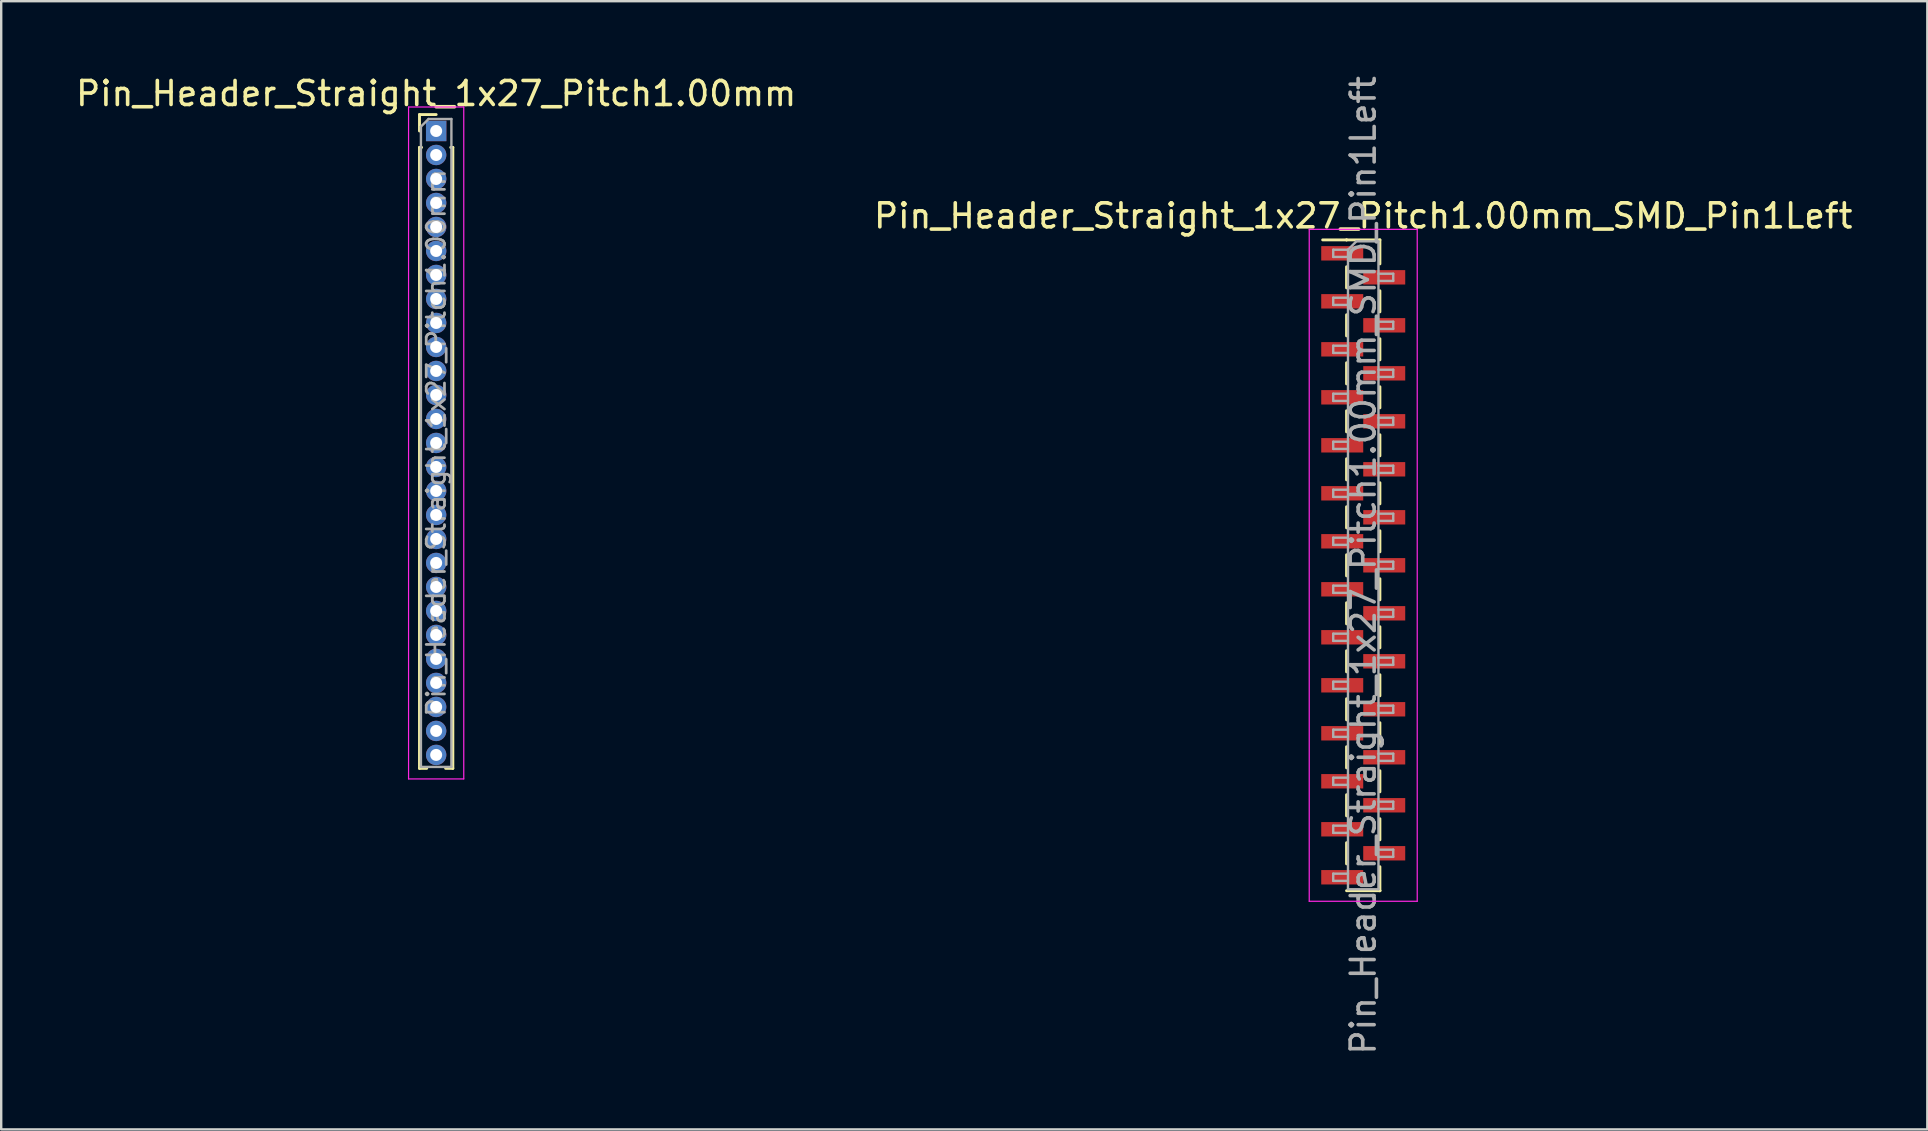
<source format=kicad_pcb>
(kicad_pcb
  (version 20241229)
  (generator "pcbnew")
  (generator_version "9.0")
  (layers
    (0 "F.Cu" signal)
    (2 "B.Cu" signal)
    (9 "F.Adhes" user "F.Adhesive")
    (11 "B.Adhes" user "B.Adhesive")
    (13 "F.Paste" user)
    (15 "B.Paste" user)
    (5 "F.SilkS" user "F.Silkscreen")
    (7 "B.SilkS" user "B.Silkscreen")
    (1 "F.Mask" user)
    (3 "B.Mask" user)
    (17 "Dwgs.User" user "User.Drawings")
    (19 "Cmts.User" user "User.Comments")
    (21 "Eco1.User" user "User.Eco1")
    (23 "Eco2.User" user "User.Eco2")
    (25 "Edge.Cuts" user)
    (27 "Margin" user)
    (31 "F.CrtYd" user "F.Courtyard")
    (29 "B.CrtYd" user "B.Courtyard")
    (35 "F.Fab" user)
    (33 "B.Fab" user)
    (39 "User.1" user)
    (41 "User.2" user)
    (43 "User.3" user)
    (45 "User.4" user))
  (footprint "Pin_Header_Straight_1x27_Pitch1.00mm_SMD_Pin1Left"
    (layer "F.Cu")
    (at 53.756 20.506)
    (property "Reference" "Pin_Header_Straight_1x27_Pitch1.00mm_SMD_Pin1Left" (at 0 -14.56 0) (layer "F.SilkS") (effects (font (size 1 1) (thickness 0.15))))
    (attr smd)
    (fp_line (start -0.695 -13.56) (end -1.69 -13.56) (stroke (width 0.12) (type solid)) (layer "F.SilkS"))
    (fp_line (start -0.695 -13.56) (end -0.695 -13.56) (stroke (width 0.12) (type solid)) (layer "F.SilkS"))
    (fp_line (start -0.695 -13.56) (end 0.695 -13.56) (stroke (width 0.12) (type solid)) (layer "F.SilkS"))
    (fp_line (start -0.695 -12.44) (end -0.695 -11.56) (stroke (width 0.12) (type solid)) (layer "F.SilkS"))
    (fp_line (start -0.695 -10.44) (end -0.695 -9.56) (stroke (width 0.12) (type solid)) (layer "F.SilkS"))
    (fp_line (start -0.695 -8.44) (end -0.695 -7.56) (stroke (width 0.12) (type solid)) (layer "F.SilkS"))
    (fp_line (start -0.695 -6.44) (end -0.695 -5.56) (stroke (width 0.12) (type solid)) (layer "F.SilkS"))
    (fp_line (start -0.695 -4.44) (end -0.695 -3.56) (stroke (width 0.12) (type solid)) (layer "F.SilkS"))
    (fp_line (start -0.695 -2.44) (end -0.695 -1.56) (stroke (width 0.12) (type solid)) (layer "F.SilkS"))
    (fp_line (start -0.695 -0.44) (end -0.695 0.44) (stroke (width 0.12) (type solid)) (layer "F.SilkS"))
    (fp_line (start -0.695 1.56) (end -0.695 2.44) (stroke (width 0.12) (type solid)) (layer "F.SilkS"))
    (fp_line (start -0.695 3.56) (end -0.695 4.44) (stroke (width 0.12) (type solid)) (layer "F.SilkS"))
    (fp_line (start -0.695 5.56) (end -0.695 6.44) (stroke (width 0.12) (type solid)) (layer "F.SilkS"))
    (fp_line (start -0.695 7.56) (end -0.695 8.44) (stroke (width 0.12) (type solid)) (layer "F.SilkS"))
    (fp_line (start -0.695 9.56) (end -0.695 10.44) (stroke (width 0.12) (type solid)) (layer "F.SilkS"))
    (fp_line (start -0.695 11.56) (end -0.695 12.44) (stroke (width 0.12) (type solid)) (layer "F.SilkS"))
    (fp_line (start -0.695 13.56) (end 0.695 13.56) (stroke (width 0.12) (type solid)) (layer "F.SilkS"))
    (fp_line (start 0.695 -13.56) (end 0.695 -12.56) (stroke (width 0.12) (type solid)) (layer "F.SilkS"))
    (fp_line (start 0.695 -11.44) (end 0.695 -10.56) (stroke (width 0.12) (type solid)) (layer "F.SilkS"))
    (fp_line (start 0.695 -9.44) (end 0.695 -8.56) (stroke (width 0.12) (type solid)) (layer "F.SilkS"))
    (fp_line (start 0.695 -7.44) (end 0.695 -6.56) (stroke (width 0.12) (type solid)) (layer "F.SilkS"))
    (fp_line (start 0.695 -5.44) (end 0.695 -4.56) (stroke (width 0.12) (type solid)) (layer "F.SilkS"))
    (fp_line (start 0.695 -3.44) (end 0.695 -2.56) (stroke (width 0.12) (type solid)) (layer "F.SilkS"))
    (fp_line (start 0.695 -1.44) (end 0.695 -0.56) (stroke (width 0.12) (type solid)) (layer "F.SilkS"))
    (fp_line (start 0.695 0.56) (end 0.695 1.44) (stroke (width 0.12) (type solid)) (layer "F.SilkS"))
    (fp_line (start 0.695 2.56) (end 0.695 3.44) (stroke (width 0.12) (type solid)) (layer "F.SilkS"))
    (fp_line (start 0.695 4.56) (end 0.695 5.44) (stroke (width 0.12) (type solid)) (layer "F.SilkS"))
    (fp_line (start 0.695 6.56) (end 0.695 7.44) (stroke (width 0.12) (type solid)) (layer "F.SilkS"))
    (fp_line (start 0.695 8.56) (end 0.695 9.44) (stroke (width 0.12) (type solid)) (layer "F.SilkS"))
    (fp_line (start 0.695 10.56) (end 0.695 11.44) (stroke (width 0.12) (type solid)) (layer "F.SilkS"))
    (fp_line (start 0.695 12.56) (end 0.695 13.56) (stroke (width 0.12) (type solid)) (layer "F.SilkS"))
    (fp_line (start 0.695 13.56) (end 0.695 13.56) (stroke (width 0.12) (type solid)) (layer "F.SilkS"))
    (fp_line (start -2.25 -14) (end -2.25 14) (stroke (width 0.05) (type solid)) (layer "F.CrtYd"))
    (fp_line (start -2.25 14) (end 2.25 14) (stroke (width 0.05) (type solid)) (layer "F.CrtYd"))
    (fp_line (start 2.25 -14) (end -2.25 -14) (stroke (width 0.05) (type solid)) (layer "F.CrtYd"))
    (fp_line (start 2.25 14) (end 2.25 -14) (stroke (width 0.05) (type solid)) (layer "F.CrtYd"))
    (fp_line (start -1.25 -13.15) (end -1.25 -12.85) (stroke (width 0.1) (type solid)) (layer "F.Fab"))
    (fp_line (start -1.25 -12.85) (end -0.635 -12.85) (stroke (width 0.1) (type solid)) (layer "F.Fab"))
    (fp_line (start -1.25 -11.15) (end -1.25 -10.85) (stroke (width 0.1) (type solid)) (layer "F.Fab"))
    (fp_line (start -1.25 -10.85) (end -0.635 -10.85) (stroke (width 0.1) (type solid)) (layer "F.Fab"))
    (fp_line (start -1.25 -9.15) (end -1.25 -8.85) (stroke (width 0.1) (type solid)) (layer "F.Fab"))
    (fp_line (start -1.25 -8.85) (end -0.635 -8.85) (stroke (width 0.1) (type solid)) (layer "F.Fab"))
    (fp_line (start -1.25 -7.15) (end -1.25 -6.85) (stroke (width 0.1) (type solid)) (layer "F.Fab"))
    (fp_line (start -1.25 -6.85) (end -0.635 -6.85) (stroke (width 0.1) (type solid)) (layer "F.Fab"))
    (fp_line (start -1.25 -5.15) (end -1.25 -4.85) (stroke (width 0.1) (type solid)) (layer "F.Fab"))
    (fp_line (start -1.25 -4.85) (end -0.635 -4.85) (stroke (width 0.1) (type solid)) (layer "F.Fab"))
    (fp_line (start -1.25 -3.15) (end -1.25 -2.85) (stroke (width 0.1) (type solid)) (layer "F.Fab"))
    (fp_line (start -1.25 -2.85) (end -0.635 -2.85) (stroke (width 0.1) (type solid)) (layer "F.Fab"))
    (fp_line (start -1.25 -1.15) (end -1.25 -0.85) (stroke (width 0.1) (type solid)) (layer "F.Fab"))
    (fp_line (start -1.25 -0.85) (end -0.635 -0.85) (stroke (width 0.1) (type solid)) (layer "F.Fab"))
    (fp_line (start -1.25 0.85) (end -1.25 1.15) (stroke (width 0.1) (type solid)) (layer "F.Fab"))
    (fp_line (start -1.25 1.15) (end -0.635 1.15) (stroke (width 0.1) (type solid)) (layer "F.Fab"))
    (fp_line (start -1.25 2.85) (end -1.25 3.15) (stroke (width 0.1) (type solid)) (layer "F.Fab"))
    (fp_line (start -1.25 3.15) (end -0.635 3.15) (stroke (width 0.1) (type solid)) (layer "F.Fab"))
    (fp_line (start -1.25 4.85) (end -1.25 5.15) (stroke (width 0.1) (type solid)) (layer "F.Fab"))
    (fp_line (start -1.25 5.15) (end -0.635 5.15) (stroke (width 0.1) (type solid)) (layer "F.Fab"))
    (fp_line (start -1.25 6.85) (end -1.25 7.15) (stroke (width 0.1) (type solid)) (layer "F.Fab"))
    (fp_line (start -1.25 7.15) (end -0.635 7.15) (stroke (width 0.1) (type solid)) (layer "F.Fab"))
    (fp_line (start -1.25 8.85) (end -1.25 9.15) (stroke (width 0.1) (type solid)) (layer "F.Fab"))
    (fp_line (start -1.25 9.15) (end -0.635 9.15) (stroke (width 0.1) (type solid)) (layer "F.Fab"))
    (fp_line (start -1.25 10.85) (end -1.25 11.15) (stroke (width 0.1) (type solid)) (layer "F.Fab"))
    (fp_line (start -1.25 11.15) (end -0.635 11.15) (stroke (width 0.1) (type solid)) (layer "F.Fab"))
    (fp_line (start -1.25 12.85) (end -1.25 13.15) (stroke (width 0.1) (type solid)) (layer "F.Fab"))
    (fp_line (start -1.25 13.15) (end -0.635 13.15) (stroke (width 0.1) (type solid)) (layer "F.Fab"))
    (fp_line (start -0.635 -13.15) (end -1.25 -13.15) (stroke (width 0.1) (type solid)) (layer "F.Fab"))
    (fp_line (start -0.635 -13.15) (end -0.285 -13.5) (stroke (width 0.1) (type solid)) (layer "F.Fab"))
    (fp_line (start -0.635 -11.15) (end -1.25 -11.15) (stroke (width 0.1) (type solid)) (layer "F.Fab"))
    (fp_line (start -0.635 -9.15) (end -1.25 -9.15) (stroke (width 0.1) (type solid)) (layer "F.Fab"))
    (fp_line (start -0.635 -7.15) (end -1.25 -7.15) (stroke (width 0.1) (type solid)) (layer "F.Fab"))
    (fp_line (start -0.635 -5.15) (end -1.25 -5.15) (stroke (width 0.1) (type solid)) (layer "F.Fab"))
    (fp_line (start -0.635 -3.15) (end -1.25 -3.15) (stroke (width 0.1) (type solid)) (layer "F.Fab"))
    (fp_line (start -0.635 -1.15) (end -1.25 -1.15) (stroke (width 0.1) (type solid)) (layer "F.Fab"))
    (fp_line (start -0.635 0.85) (end -1.25 0.85) (stroke (width 0.1) (type solid)) (layer "F.Fab"))
    (fp_line (start -0.635 2.85) (end -1.25 2.85) (stroke (width 0.1) (type solid)) (layer "F.Fab"))
    (fp_line (start -0.635 4.85) (end -1.25 4.85) (stroke (width 0.1) (type solid)) (layer "F.Fab"))
    (fp_line (start -0.635 6.85) (end -1.25 6.85) (stroke (width 0.1) (type solid)) (layer "F.Fab"))
    (fp_line (start -0.635 8.85) (end -1.25 8.85) (stroke (width 0.1) (type solid)) (layer "F.Fab"))
    (fp_line (start -0.635 10.85) (end -1.25 10.85) (stroke (width 0.1) (type solid)) (layer "F.Fab"))
    (fp_line (start -0.635 12.85) (end -1.25 12.85) (stroke (width 0.1) (type solid)) (layer "F.Fab"))
    (fp_line (start -0.635 13.5) (end -0.635 -13.15) (stroke (width 0.1) (type solid)) (layer "F.Fab"))
    (fp_line (start -0.285 -13.5) (end 0.635 -13.5) (stroke (width 0.1) (type solid)) (layer "F.Fab"))
    (fp_line (start 0.635 -13.5) (end 0.635 13.5) (stroke (width 0.1) (type solid)) (layer "F.Fab"))
    (fp_line (start 0.635 -12.15) (end 1.25 -12.15) (stroke (width 0.1) (type solid)) (layer "F.Fab"))
    (fp_line (start 0.635 -10.15) (end 1.25 -10.15) (stroke (width 0.1) (type solid)) (layer "F.Fab"))
    (fp_line (start 0.635 -8.15) (end 1.25 -8.15) (stroke (width 0.1) (type solid)) (layer "F.Fab"))
    (fp_line (start 0.635 -6.15) (end 1.25 -6.15) (stroke (width 0.1) (type solid)) (layer "F.Fab"))
    (fp_line (start 0.635 -4.15) (end 1.25 -4.15) (stroke (width 0.1) (type solid)) (layer "F.Fab"))
    (fp_line (start 0.635 -2.15) (end 1.25 -2.15) (stroke (width 0.1) (type solid)) (layer "F.Fab"))
    (fp_line (start 0.635 -0.15) (end 1.25 -0.15) (stroke (width 0.1) (type solid)) (layer "F.Fab"))
    (fp_line (start 0.635 1.85) (end 1.25 1.85) (stroke (width 0.1) (type solid)) (layer "F.Fab"))
    (fp_line (start 0.635 3.85) (end 1.25 3.85) (stroke (width 0.1) (type solid)) (layer "F.Fab"))
    (fp_line (start 0.635 5.85) (end 1.25 5.85) (stroke (width 0.1) (type solid)) (layer "F.Fab"))
    (fp_line (start 0.635 7.85) (end 1.25 7.85) (stroke (width 0.1) (type solid)) (layer "F.Fab"))
    (fp_line (start 0.635 9.85) (end 1.25 9.85) (stroke (width 0.1) (type solid)) (layer "F.Fab"))
    (fp_line (start 0.635 11.85) (end 1.25 11.85) (stroke (width 0.1) (type solid)) (layer "F.Fab"))
    (fp_line (start 0.635 13.5) (end -0.635 13.5) (stroke (width 0.1) (type solid)) (layer "F.Fab"))
    (fp_line (start 1.25 -12.15) (end 1.25 -11.85) (stroke (width 0.1) (type solid)) (layer "F.Fab"))
    (fp_line (start 1.25 -11.85) (end 0.635 -11.85) (stroke (width 0.1) (type solid)) (layer "F.Fab"))
    (fp_line (start 1.25 -10.15) (end 1.25 -9.85) (stroke (width 0.1) (type solid)) (layer "F.Fab"))
    (fp_line (start 1.25 -9.85) (end 0.635 -9.85) (stroke (width 0.1) (type solid)) (layer "F.Fab"))
    (fp_line (start 1.25 -8.15) (end 1.25 -7.85) (stroke (width 0.1) (type solid)) (layer "F.Fab"))
    (fp_line (start 1.25 -7.85) (end 0.635 -7.85) (stroke (width 0.1) (type solid)) (layer "F.Fab"))
    (fp_line (start 1.25 -6.15) (end 1.25 -5.85) (stroke (width 0.1) (type solid)) (layer "F.Fab"))
    (fp_line (start 1.25 -5.85) (end 0.635 -5.85) (stroke (width 0.1) (type solid)) (layer "F.Fab"))
    (fp_line (start 1.25 -4.15) (end 1.25 -3.85) (stroke (width 0.1) (type solid)) (layer "F.Fab"))
    (fp_line (start 1.25 -3.85) (end 0.635 -3.85) (stroke (width 0.1) (type solid)) (layer "F.Fab"))
    (fp_line (start 1.25 -2.15) (end 1.25 -1.85) (stroke (width 0.1) (type solid)) (layer "F.Fab"))
    (fp_line (start 1.25 -1.85) (end 0.635 -1.85) (stroke (width 0.1) (type solid)) (layer "F.Fab"))
    (fp_line (start 1.25 -0.15) (end 1.25 0.15) (stroke (width 0.1) (type solid)) (layer "F.Fab"))
    (fp_line (start 1.25 0.15) (end 0.635 0.15) (stroke (width 0.1) (type solid)) (layer "F.Fab"))
    (fp_line (start 1.25 1.85) (end 1.25 2.15) (stroke (width 0.1) (type solid)) (layer "F.Fab"))
    (fp_line (start 1.25 2.15) (end 0.635 2.15) (stroke (width 0.1) (type solid)) (layer "F.Fab"))
    (fp_line (start 1.25 3.85) (end 1.25 4.15) (stroke (width 0.1) (type solid)) (layer "F.Fab"))
    (fp_line (start 1.25 4.15) (end 0.635 4.15) (stroke (width 0.1) (type solid)) (layer "F.Fab"))
    (fp_line (start 1.25 5.85) (end 1.25 6.15) (stroke (width 0.1) (type solid)) (layer "F.Fab"))
    (fp_line (start 1.25 6.15) (end 0.635 6.15) (stroke (width 0.1) (type solid)) (layer "F.Fab"))
    (fp_line (start 1.25 7.85) (end 1.25 8.15) (stroke (width 0.1) (type solid)) (layer "F.Fab"))
    (fp_line (start 1.25 8.15) (end 0.635 8.15) (stroke (width 0.1) (type solid)) (layer "F.Fab"))
    (fp_line (start 1.25 9.85) (end 1.25 10.15) (stroke (width 0.1) (type solid)) (layer "F.Fab"))
    (fp_line (start 1.25 10.15) (end 0.635 10.15) (stroke (width 0.1) (type solid)) (layer "F.Fab"))
    (fp_line (start 1.25 11.85) (end 1.25 12.15) (stroke (width 0.1) (type solid)) (layer "F.Fab"))
    (fp_line (start 1.25 12.15) (end 0.635 12.15) (stroke (width 0.1) (type solid)) (layer "F.Fab"))
    (fp_text user "${REFERENCE}" (at 0 0 90) (layer "F.Fab") (effects (font (size 1 1) (thickness 0.15))))
    (pad "1" smd rect (at -0.875 -13) (size 1.75 0.6) (layers "F.Cu" "F.Mask" "F.Paste"))
    (pad "2" smd rect (at 0.875 -12) (size 1.75 0.6) (layers "F.Cu" "F.Mask" "F.Paste"))
    (pad "3" smd rect (at -0.875 -11) (size 1.75 0.6) (layers "F.Cu" "F.Mask" "F.Paste"))
    (pad "4" smd rect (at 0.875 -10) (size 1.75 0.6) (layers "F.Cu" "F.Mask" "F.Paste"))
    (pad "5" smd rect (at -0.875 -9) (size 1.75 0.6) (layers "F.Cu" "F.Mask" "F.Paste"))
    (pad "6" smd rect (at 0.875 -8) (size 1.75 0.6) (layers "F.Cu" "F.Mask" "F.Paste"))
    (pad "7" smd rect (at -0.875 -7) (size 1.75 0.6) (layers "F.Cu" "F.Mask" "F.Paste"))
    (pad "8" smd rect (at 0.875 -6) (size 1.75 0.6) (layers "F.Cu" "F.Mask" "F.Paste"))
    (pad "9" smd rect (at -0.875 -5) (size 1.75 0.6) (layers "F.Cu" "F.Mask" "F.Paste"))
    (pad "10" smd rect (at 0.875 -4) (size 1.75 0.6) (layers "F.Cu" "F.Mask" "F.Paste"))
    (pad "11" smd rect (at -0.875 -3) (size 1.75 0.6) (layers "F.Cu" "F.Mask" "F.Paste"))
    (pad "12" smd rect (at 0.875 -2) (size 1.75 0.6) (layers "F.Cu" "F.Mask" "F.Paste"))
    (pad "13" smd rect (at -0.875 -1) (size 1.75 0.6) (layers "F.Cu" "F.Mask" "F.Paste"))
    (pad "14" smd rect (at 0.875 0) (size 1.75 0.6) (layers "F.Cu" "F.Mask" "F.Paste"))
    (pad "15" smd rect (at -0.875 1) (size 1.75 0.6) (layers "F.Cu" "F.Mask" "F.Paste"))
    (pad "16" smd rect (at 0.875 2) (size 1.75 0.6) (layers "F.Cu" "F.Mask" "F.Paste"))
    (pad "17" smd rect (at -0.875 3) (size 1.75 0.6) (layers "F.Cu" "F.Mask" "F.Paste"))
    (pad "18" smd rect (at 0.875 4) (size 1.75 0.6) (layers "F.Cu" "F.Mask" "F.Paste"))
    (pad "19" smd rect (at -0.875 5) (size 1.75 0.6) (layers "F.Cu" "F.Mask" "F.Paste"))
    (pad "20" smd rect (at 0.875 6) (size 1.75 0.6) (layers "F.Cu" "F.Mask" "F.Paste"))
    (pad "21" smd rect (at -0.875 7) (size 1.75 0.6) (layers "F.Cu" "F.Mask" "F.Paste"))
    (pad "22" smd rect (at 0.875 8) (size 1.75 0.6) (layers "F.Cu" "F.Mask" "F.Paste"))
    (pad "23" smd rect (at -0.875 9) (size 1.75 0.6) (layers "F.Cu" "F.Mask" "F.Paste"))
    (pad "24" smd rect (at 0.875 10) (size 1.75 0.6) (layers "F.Cu" "F.Mask" "F.Paste"))
    (pad "25" smd rect (at -0.875 11) (size 1.75 0.6) (layers "F.Cu" "F.Mask" "F.Paste"))
    (pad "26" smd rect (at 0.875 12) (size 1.75 0.6) (layers "F.Cu" "F.Mask" "F.Paste"))
    (pad "27" smd rect (at -0.875 13) (size 1.75 0.6) (layers "F.Cu" "F.Mask" "F.Paste")))
  (footprint "Pin_Header_Straight_1x27_Pitch1.00mm"
    (layer "F.Cu")
    (at 15.125 2.408)
    (property "Reference" "Pin_Header_Straight_1x27_Pitch1.00mm" (at 0 -1.56 0) (layer "F.SilkS") (effects (font (size 1 1) (thickness 0.15))))
    (attr through_hole)
    (fp_line (start -0.695 -0.685) (end 0 -0.685) (stroke (width 0.12) (type solid)) (layer "F.SilkS"))
    (fp_line (start -0.695 0) (end -0.695 -0.685) (stroke (width 0.12) (type solid)) (layer "F.SilkS"))
    (fp_line (start -0.695 0.685) (end -0.695 26.56) (stroke (width 0.12) (type solid)) (layer "F.SilkS"))
    (fp_line (start -0.695 0.685) (end -0.608 0.685) (stroke (width 0.12) (type solid)) (layer "F.SilkS"))
    (fp_line (start -0.695 26.56) (end -0.394 26.56) (stroke (width 0.12) (type solid)) (layer "F.SilkS"))
    (fp_line (start 0.394 26.56) (end 0.695 26.56) (stroke (width 0.12) (type solid)) (layer "F.SilkS"))
    (fp_line (start 0.608 0.685) (end 0.695 0.685) (stroke (width 0.12) (type solid)) (layer "F.SilkS"))
    (fp_line (start 0.695 0.685) (end 0.695 26.56) (stroke (width 0.12) (type solid)) (layer "F.SilkS"))
    (fp_line (start -1.15 -1) (end -1.15 27) (stroke (width 0.05) (type solid)) (layer "F.CrtYd"))
    (fp_line (start -1.15 27) (end 1.15 27) (stroke (width 0.05) (type solid)) (layer "F.CrtYd"))
    (fp_line (start 1.15 -1) (end -1.15 -1) (stroke (width 0.05) (type solid)) (layer "F.CrtYd"))
    (fp_line (start 1.15 27) (end 1.15 -1) (stroke (width 0.05) (type solid)) (layer "F.CrtYd"))
    (fp_line (start -0.635 -0.182) (end -0.318 -0.5) (stroke (width 0.1) (type solid)) (layer "F.Fab"))
    (fp_line (start -0.635 26.5) (end -0.635 -0.182) (stroke (width 0.1) (type solid)) (layer "F.Fab"))
    (fp_line (start -0.318 -0.5) (end 0.635 -0.5) (stroke (width 0.1) (type solid)) (layer "F.Fab"))
    (fp_line (start 0.635 -0.5) (end 0.635 26.5) (stroke (width 0.1) (type solid)) (layer "F.Fab"))
    (fp_line (start 0.635 26.5) (end -0.635 26.5) (stroke (width 0.1) (type solid)) (layer "F.Fab"))
    (fp_text user "${REFERENCE}" (at 0 13 90) (layer "F.Fab") (effects (font (size 0.76 0.76) (thickness 0.114))))
    (pad "1" thru_hole rect (at 0 0) (size 0.85 0.85) (drill 0.5) (layers "*.Cu" "*.Mask"))
    (pad "2" thru_hole oval (at 0 1) (size 0.85 0.85) (drill 0.5) (layers "*.Cu" "*.Mask"))
    (pad "3" thru_hole oval (at 0 2) (size 0.85 0.85) (drill 0.5) (layers "*.Cu" "*.Mask"))
    (pad "4" thru_hole oval (at 0 3) (size 0.85 0.85) (drill 0.5) (layers "*.Cu" "*.Mask"))
    (pad "5" thru_hole oval (at 0 4) (size 0.85 0.85) (drill 0.5) (layers "*.Cu" "*.Mask"))
    (pad "6" thru_hole oval (at 0 5) (size 0.85 0.85) (drill 0.5) (layers "*.Cu" "*.Mask"))
    (pad "7" thru_hole oval (at 0 6) (size 0.85 0.85) (drill 0.5) (layers "*.Cu" "*.Mask"))
    (pad "8" thru_hole oval (at 0 7) (size 0.85 0.85) (drill 0.5) (layers "*.Cu" "*.Mask"))
    (pad "9" thru_hole oval (at 0 8) (size 0.85 0.85) (drill 0.5) (layers "*.Cu" "*.Mask"))
    (pad "10" thru_hole oval (at 0 9) (size 0.85 0.85) (drill 0.5) (layers "*.Cu" "*.Mask"))
    (pad "11" thru_hole oval (at 0 10) (size 0.85 0.85) (drill 0.5) (layers "*.Cu" "*.Mask"))
    (pad "12" thru_hole oval (at 0 11) (size 0.85 0.85) (drill 0.5) (layers "*.Cu" "*.Mask"))
    (pad "13" thru_hole oval (at 0 12) (size 0.85 0.85) (drill 0.5) (layers "*.Cu" "*.Mask"))
    (pad "14" thru_hole oval (at 0 13) (size 0.85 0.85) (drill 0.5) (layers "*.Cu" "*.Mask"))
    (pad "15" thru_hole oval (at 0 14) (size 0.85 0.85) (drill 0.5) (layers "*.Cu" "*.Mask"))
    (pad "16" thru_hole oval (at 0 15) (size 0.85 0.85) (drill 0.5) (layers "*.Cu" "*.Mask"))
    (pad "17" thru_hole oval (at 0 16) (size 0.85 0.85) (drill 0.5) (layers "*.Cu" "*.Mask"))
    (pad "18" thru_hole oval (at 0 17) (size 0.85 0.85) (drill 0.5) (layers "*.Cu" "*.Mask"))
    (pad "19" thru_hole oval (at 0 18) (size 0.85 0.85) (drill 0.5) (layers "*.Cu" "*.Mask"))
    (pad "20" thru_hole oval (at 0 19) (size 0.85 0.85) (drill 0.5) (layers "*.Cu" "*.Mask"))
    (pad "21" thru_hole oval (at 0 20) (size 0.85 0.85) (drill 0.5) (layers "*.Cu" "*.Mask"))
    (pad "22" thru_hole oval (at 0 21) (size 0.85 0.85) (drill 0.5) (layers "*.Cu" "*.Mask"))
    (pad "23" thru_hole oval (at 0 22) (size 0.85 0.85) (drill 0.5) (layers "*.Cu" "*.Mask"))
    (pad "24" thru_hole oval (at 0 23) (size 0.85 0.85) (drill 0.5) (layers "*.Cu" "*.Mask"))
    (pad "25" thru_hole oval (at 0 24) (size 0.85 0.85) (drill 0.5) (layers "*.Cu" "*.Mask"))
    (pad "26" thru_hole oval (at 0 25) (size 0.85 0.85) (drill 0.5) (layers "*.Cu" "*.Mask"))
    (pad "27" thru_hole oval (at 0 26) (size 0.85 0.85) (drill 0.5) (layers "*.Cu" "*.Mask")))
  (gr_rect
    (start -3 -3)
    (end 77.262 44.012)
    (stroke (width 0.1) (type default))
    (fill no)
    (layer "Edge.Cuts")))
</source>
